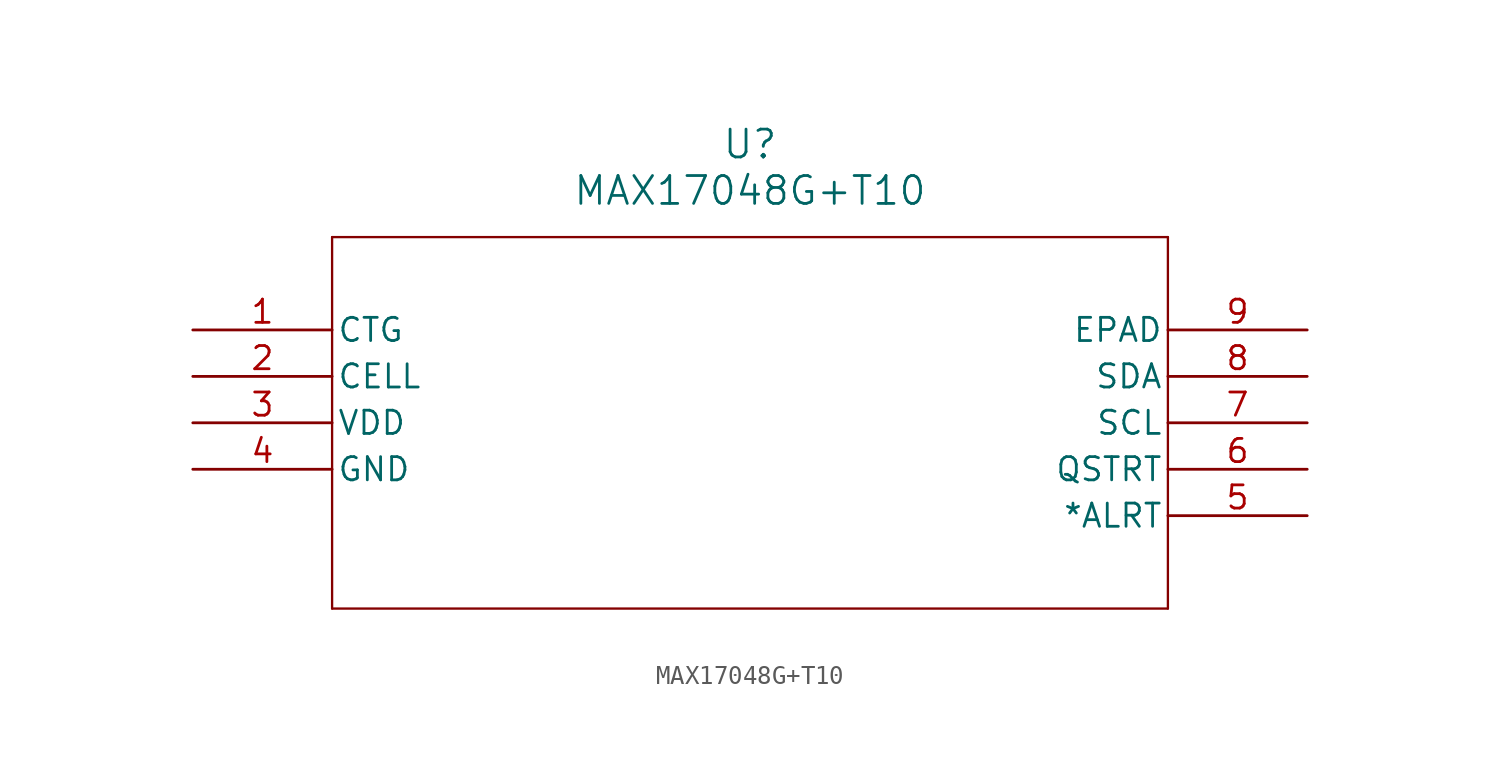
<source format=kicad_sym>
(kicad_symbol_lib
  (version 20211014)
  (generator kicad_symbol_editor)
  (symbol "MAX17048G+T10"
    (pin_names
      (offset 0.254))
    (property "Reference" "U"
      (at 30.48 10.16 0)
      (effects (font (size 1.524 1.524))))
    (property "Value" "MAX17048G+T10"
      (at 30.48 7.62 0)
      (effects (font (size 1.524 1.524))))
    (symbol "MAX17048G+T10_0_1"
      (polyline (pts (xy 7.62 5.08) (xy 7.62 -15.24)) (stroke (width 0.127) (type default) (color 0 0 0 0)) (fill (type none)))
      (polyline (pts (xy 7.62 -15.24) (xy 53.34 -15.24)) (stroke (width 0.127) (type default) (color 0 0 0 0)) (fill (type none)))
      (polyline (pts (xy 53.34 -15.24) (xy 53.34 5.08)) (stroke (width 0.127) (type default) (color 0 0 0 0)) (fill (type none)))
      (polyline (pts (xy 53.34 5.08) (xy 7.62 5.08)) (stroke (width 0.127) (type default) (color 0 0 0 0)) (fill (type none)))
      (pin unspecified line (at 0 0 0) (length 7.62) (name "CTG" (effects (font (size 1.27 1.27)))) (number "1" (effects (font (size 1.27 1.27)))))
      (pin unspecified line (at 0 -2.54 0) (length 7.62) (name "CELL" (effects (font (size 1.27 1.27)))) (number "2" (effects (font (size 1.27 1.27)))))
      (pin power_in line (at 0 -5.08 0) (length 7.62) (name "VDD" (effects (font (size 1.27 1.27)))) (number "3" (effects (font (size 1.27 1.27)))))
      (pin power_in line (at 0 -7.62 0) (length 7.62) (name "GND" (effects (font (size 1.27 1.27)))) (number "4" (effects (font (size 1.27 1.27)))))
      (pin output line (at 60.96 -10.16 180) (length 7.62) (name "*ALRT" (effects (font (size 1.27 1.27)))) (number "5" (effects (font (size 1.27 1.27)))))
      (pin input line (at 60.96 -7.62 180) (length 7.62) (name "QSTRT" (effects (font (size 1.27 1.27)))) (number "6" (effects (font (size 1.27 1.27)))))
      (pin input line (at 60.96 -5.08 180) (length 7.62) (name "SCL" (effects (font (size 1.27 1.27)))) (number "7" (effects (font (size 1.27 1.27)))))
      (pin bidirectional line (at 60.96 -2.54 180) (length 7.62) (name "SDA" (effects (font (size 1.27 1.27)))) (number "8" (effects (font (size 1.27 1.27)))))
      (pin unspecified line (at 60.96 0 180) (length 7.62) (name "EPAD" (effects (font (size 1.27 1.27)))) (number "9" (effects (font (size 1.27 1.27))))))))
</source>
